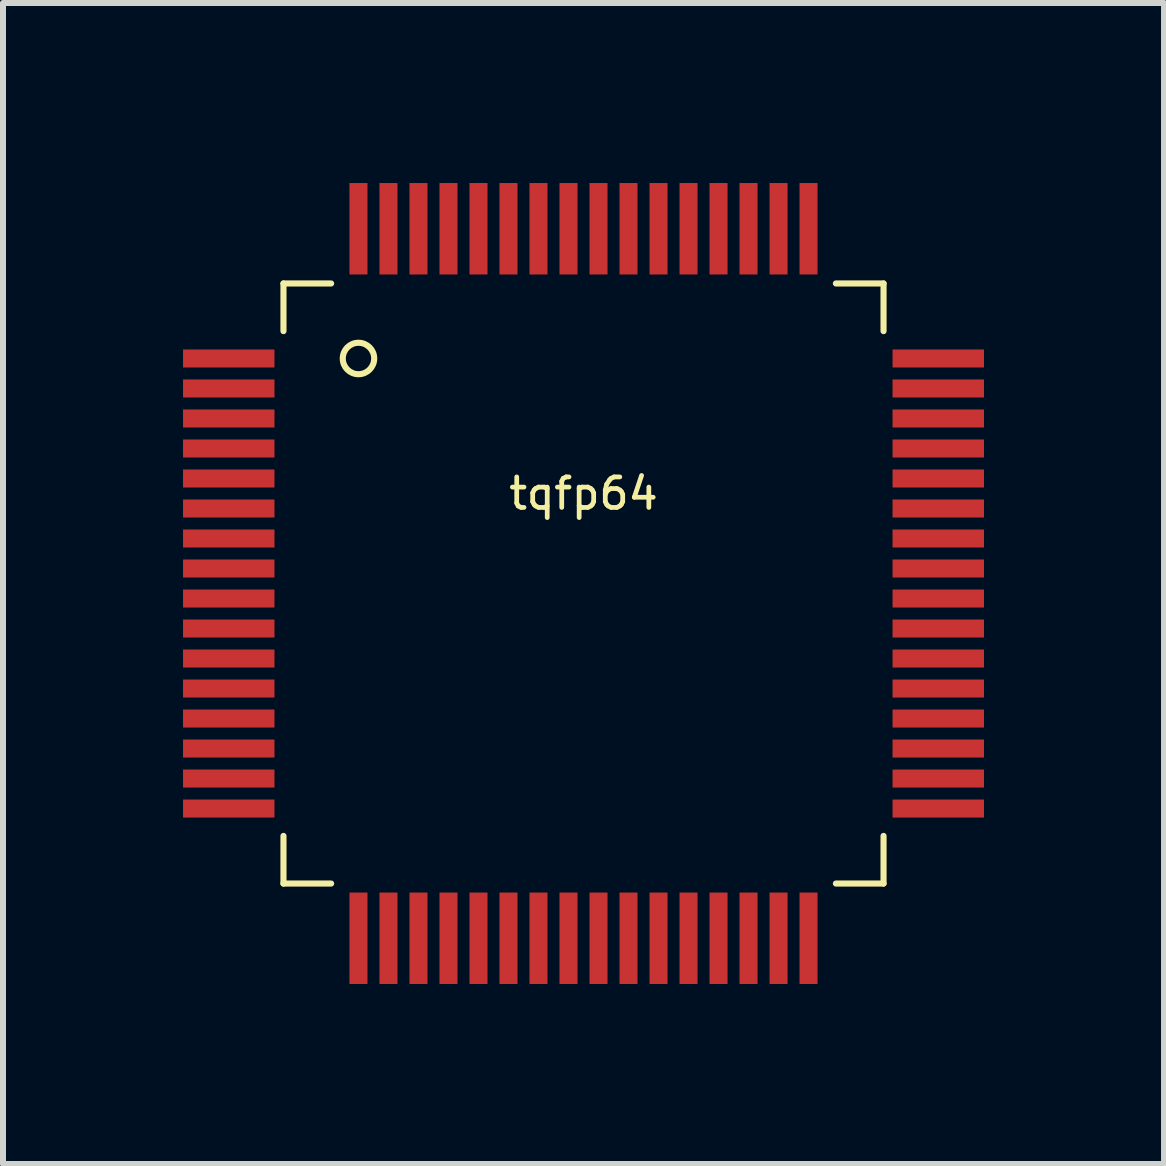
<source format=kicad_pcb>
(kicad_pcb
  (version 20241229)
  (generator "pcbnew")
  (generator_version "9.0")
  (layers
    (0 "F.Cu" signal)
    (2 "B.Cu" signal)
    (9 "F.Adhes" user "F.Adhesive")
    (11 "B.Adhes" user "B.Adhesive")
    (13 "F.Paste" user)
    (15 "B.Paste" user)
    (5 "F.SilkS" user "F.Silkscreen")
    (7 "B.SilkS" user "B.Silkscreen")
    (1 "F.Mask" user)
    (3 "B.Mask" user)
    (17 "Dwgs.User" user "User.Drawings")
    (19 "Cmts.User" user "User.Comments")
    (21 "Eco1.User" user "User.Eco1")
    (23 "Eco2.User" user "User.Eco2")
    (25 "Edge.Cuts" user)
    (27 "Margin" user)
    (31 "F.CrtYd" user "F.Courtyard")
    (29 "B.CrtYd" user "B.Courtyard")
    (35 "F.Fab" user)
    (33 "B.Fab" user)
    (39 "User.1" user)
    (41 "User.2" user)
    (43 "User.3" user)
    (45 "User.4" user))
  (footprint "tqfp64"
    (layer "F.Cu")
    (at 6.674 6.674)
    (property "Reference" "tqfp64" (at 0 -1.499 0) (layer "F.SilkS") (effects (font (size 0.508 0.508) (thickness 0.079))))
    (attr through_hole)
    (fp_line (start -5 -5) (end -5 -4.206) (stroke (width 0.102) (type solid)) (layer "F.SilkS"))
    (fp_line (start -5 5) (end -5 4.206) (stroke (width 0.102) (type solid)) (layer "F.SilkS"))
    (fp_line (start -4.206 -5) (end -5 -5) (stroke (width 0.102) (type solid)) (layer "F.SilkS"))
    (fp_line (start -4.206 5) (end -5 5) (stroke (width 0.102) (type solid)) (layer "F.SilkS"))
    (fp_line (start 4.206 5) (end 5 5) (stroke (width 0.102) (type solid)) (layer "F.SilkS"))
    (fp_line (start 5 -5) (end 4.206 -5) (stroke (width 0.102) (type solid)) (layer "F.SilkS"))
    (fp_line (start 5 -4.206) (end 5 -5) (stroke (width 0.102) (type solid)) (layer "F.SilkS"))
    (fp_line (start 5 5) (end 5 4.206) (stroke (width 0.102) (type solid)) (layer "F.SilkS"))
    (fp_circle (center -3.75 -3.75) (end -4.003 -3.818) (stroke (width 0.102) (type solid)) (fill no) (layer "F.SilkS"))
    (pad "1" smd rect (at -5.912 -3.75 90) (size 0.3 1.524) (layers "F.Cu" "F.Mask" "F.Paste"))
    (pad "2" smd rect (at -5.912 -3.25 90) (size 0.3 1.524) (layers "F.Cu" "F.Mask" "F.Paste"))
    (pad "3" smd rect (at -5.912 -2.75 90) (size 0.3 1.524) (layers "F.Cu" "F.Mask" "F.Paste"))
    (pad "4" smd rect (at -5.912 -2.25 90) (size 0.3 1.524) (layers "F.Cu" "F.Mask" "F.Paste"))
    (pad "5" smd rect (at -5.912 -1.75 90) (size 0.3 1.524) (layers "F.Cu" "F.Mask" "F.Paste"))
    (pad "6" smd rect (at -5.912 -1.25 90) (size 0.3 1.524) (layers "F.Cu" "F.Mask" "F.Paste"))
    (pad "7" smd rect (at -5.912 -0.75 90) (size 0.3 1.524) (layers "F.Cu" "F.Mask" "F.Paste"))
    (pad "8" smd rect (at -5.912 -0.25 90) (size 0.3 1.524) (layers "F.Cu" "F.Mask" "F.Paste"))
    (pad "9" smd rect (at -5.912 0.25 90) (size 0.3 1.524) (layers "F.Cu" "F.Mask" "F.Paste"))
    (pad "10" smd rect (at -5.912 0.75 90) (size 0.3 1.524) (layers "F.Cu" "F.Mask" "F.Paste"))
    (pad "11" smd rect (at -5.912 1.25 90) (size 0.3 1.524) (layers "F.Cu" "F.Mask" "F.Paste"))
    (pad "12" smd rect (at -5.912 1.75 90) (size 0.3 1.524) (layers "F.Cu" "F.Mask" "F.Paste"))
    (pad "13" smd rect (at -5.912 2.25 90) (size 0.3 1.524) (layers "F.Cu" "F.Mask" "F.Paste"))
    (pad "14" smd rect (at -5.912 2.75 90) (size 0.3 1.524) (layers "F.Cu" "F.Mask" "F.Paste"))
    (pad "15" smd rect (at -5.912 3.25 90) (size 0.3 1.524) (layers "F.Cu" "F.Mask" "F.Paste"))
    (pad "16" smd rect (at -5.912 3.75 90) (size 0.3 1.524) (layers "F.Cu" "F.Mask" "F.Paste"))
    (pad "17" smd rect (at -3.75 5.912) (size 0.3 1.524) (layers "F.Cu" "F.Mask" "F.Paste"))
    (pad "18" smd rect (at -3.25 5.912) (size 0.3 1.524) (layers "F.Cu" "F.Mask" "F.Paste"))
    (pad "19" smd rect (at -2.75 5.912) (size 0.3 1.524) (layers "F.Cu" "F.Mask" "F.Paste"))
    (pad "20" smd rect (at -2.25 5.912) (size 0.3 1.524) (layers "F.Cu" "F.Mask" "F.Paste"))
    (pad "21" smd rect (at -1.75 5.912) (size 0.3 1.524) (layers "F.Cu" "F.Mask" "F.Paste"))
    (pad "22" smd rect (at -1.25 5.912) (size 0.3 1.524) (layers "F.Cu" "F.Mask" "F.Paste"))
    (pad "23" smd rect (at -0.75 5.912) (size 0.3 1.524) (layers "F.Cu" "F.Mask" "F.Paste"))
    (pad "24" smd rect (at -0.25 5.912) (size 0.3 1.524) (layers "F.Cu" "F.Mask" "F.Paste"))
    (pad "25" smd rect (at 0.25 5.912) (size 0.3 1.524) (layers "F.Cu" "F.Mask" "F.Paste"))
    (pad "26" smd rect (at 0.75 5.912) (size 0.3 1.524) (layers "F.Cu" "F.Mask" "F.Paste"))
    (pad "27" smd rect (at 1.25 5.912) (size 0.3 1.524) (layers "F.Cu" "F.Mask" "F.Paste"))
    (pad "28" smd rect (at 1.75 5.912) (size 0.3 1.524) (layers "F.Cu" "F.Mask" "F.Paste"))
    (pad "29" smd rect (at 2.25 5.912) (size 0.3 1.524) (layers "F.Cu" "F.Mask" "F.Paste"))
    (pad "30" smd rect (at 2.75 5.912) (size 0.3 1.524) (layers "F.Cu" "F.Mask" "F.Paste"))
    (pad "31" smd rect (at 3.25 5.912) (size 0.3 1.524) (layers "F.Cu" "F.Mask" "F.Paste"))
    (pad "32" smd rect (at 3.75 5.912) (size 0.3 1.524) (layers "F.Cu" "F.Mask" "F.Paste"))
    (pad "33" smd rect (at 5.912 3.75 270) (size 0.3 1.524) (layers "F.Cu" "F.Mask" "F.Paste"))
    (pad "34" smd rect (at 5.912 3.25 270) (size 0.3 1.524) (layers "F.Cu" "F.Mask" "F.Paste"))
    (pad "35" smd rect (at 5.912 2.75 270) (size 0.3 1.524) (layers "F.Cu" "F.Mask" "F.Paste"))
    (pad "36" smd rect (at 5.912 2.25 270) (size 0.3 1.524) (layers "F.Cu" "F.Mask" "F.Paste"))
    (pad "37" smd rect (at 5.912 1.75 270) (size 0.3 1.524) (layers "F.Cu" "F.Mask" "F.Paste"))
    (pad "38" smd rect (at 5.912 1.25 270) (size 0.3 1.524) (layers "F.Cu" "F.Mask" "F.Paste"))
    (pad "39" smd rect (at 5.912 0.75 270) (size 0.3 1.524) (layers "F.Cu" "F.Mask" "F.Paste"))
    (pad "40" smd rect (at 5.912 0.25 270) (size 0.3 1.524) (layers "F.Cu" "F.Mask" "F.Paste"))
    (pad "41" smd rect (at 5.912 -0.25 270) (size 0.3 1.524) (layers "F.Cu" "F.Mask" "F.Paste"))
    (pad "42" smd rect (at 5.912 -0.75 270) (size 0.3 1.524) (layers "F.Cu" "F.Mask" "F.Paste"))
    (pad "43" smd rect (at 5.912 -1.25 270) (size 0.3 1.524) (layers "F.Cu" "F.Mask" "F.Paste"))
    (pad "44" smd rect (at 5.912 -1.75 270) (size 0.3 1.524) (layers "F.Cu" "F.Mask" "F.Paste"))
    (pad "45" smd rect (at 5.912 -2.25 270) (size 0.3 1.524) (layers "F.Cu" "F.Mask" "F.Paste"))
    (pad "46" smd rect (at 5.912 -2.75 270) (size 0.3 1.524) (layers "F.Cu" "F.Mask" "F.Paste"))
    (pad "47" smd rect (at 5.912 -3.25 270) (size 0.3 1.524) (layers "F.Cu" "F.Mask" "F.Paste"))
    (pad "48" smd rect (at 5.912 -3.75 270) (size 0.3 1.524) (layers "F.Cu" "F.Mask" "F.Paste"))
    (pad "49" smd rect (at 3.75 -5.912 180) (size 0.3 1.524) (layers "F.Cu" "F.Mask" "F.Paste"))
    (pad "50" smd rect (at 3.25 -5.912 180) (size 0.3 1.524) (layers "F.Cu" "F.Mask" "F.Paste"))
    (pad "51" smd rect (at 2.75 -5.912 180) (size 0.3 1.524) (layers "F.Cu" "F.Mask" "F.Paste"))
    (pad "52" smd rect (at 2.25 -5.912 180) (size 0.3 1.524) (layers "F.Cu" "F.Mask" "F.Paste"))
    (pad "53" smd rect (at 1.75 -5.912 180) (size 0.3 1.524) (layers "F.Cu" "F.Mask" "F.Paste"))
    (pad "54" smd rect (at 1.25 -5.912 180) (size 0.3 1.524) (layers "F.Cu" "F.Mask" "F.Paste"))
    (pad "55" smd rect (at 0.75 -5.912 180) (size 0.3 1.524) (layers "F.Cu" "F.Mask" "F.Paste"))
    (pad "56" smd rect (at 0.25 -5.912 180) (size 0.3 1.524) (layers "F.Cu" "F.Mask" "F.Paste"))
    (pad "57" smd rect (at -0.25 -5.912 180) (size 0.3 1.524) (layers "F.Cu" "F.Mask" "F.Paste"))
    (pad "58" smd rect (at -0.75 -5.912 180) (size 0.3 1.524) (layers "F.Cu" "F.Mask" "F.Paste"))
    (pad "59" smd rect (at -1.25 -5.912 180) (size 0.3 1.524) (layers "F.Cu" "F.Mask" "F.Paste"))
    (pad "60" smd rect (at -1.75 -5.912 180) (size 0.3 1.524) (layers "F.Cu" "F.Mask" "F.Paste"))
    (pad "61" smd rect (at -2.25 -5.912 180) (size 0.3 1.524) (layers "F.Cu" "F.Mask" "F.Paste"))
    (pad "62" smd rect (at -2.75 -5.912 180) (size 0.3 1.524) (layers "F.Cu" "F.Mask" "F.Paste"))
    (pad "63" smd rect (at -3.25 -5.912 180) (size 0.3 1.524) (layers "F.Cu" "F.Mask" "F.Paste"))
    (pad "64" smd rect (at -3.75 -5.912 180) (size 0.3 1.524) (layers "F.Cu" "F.Mask" "F.Paste")))
  (gr_rect
    (start -3 -3)
    (end 16.348 16.348)
    (stroke (width 0.1) (type default))
    (fill no)
    (layer "Edge.Cuts")))
</source>
